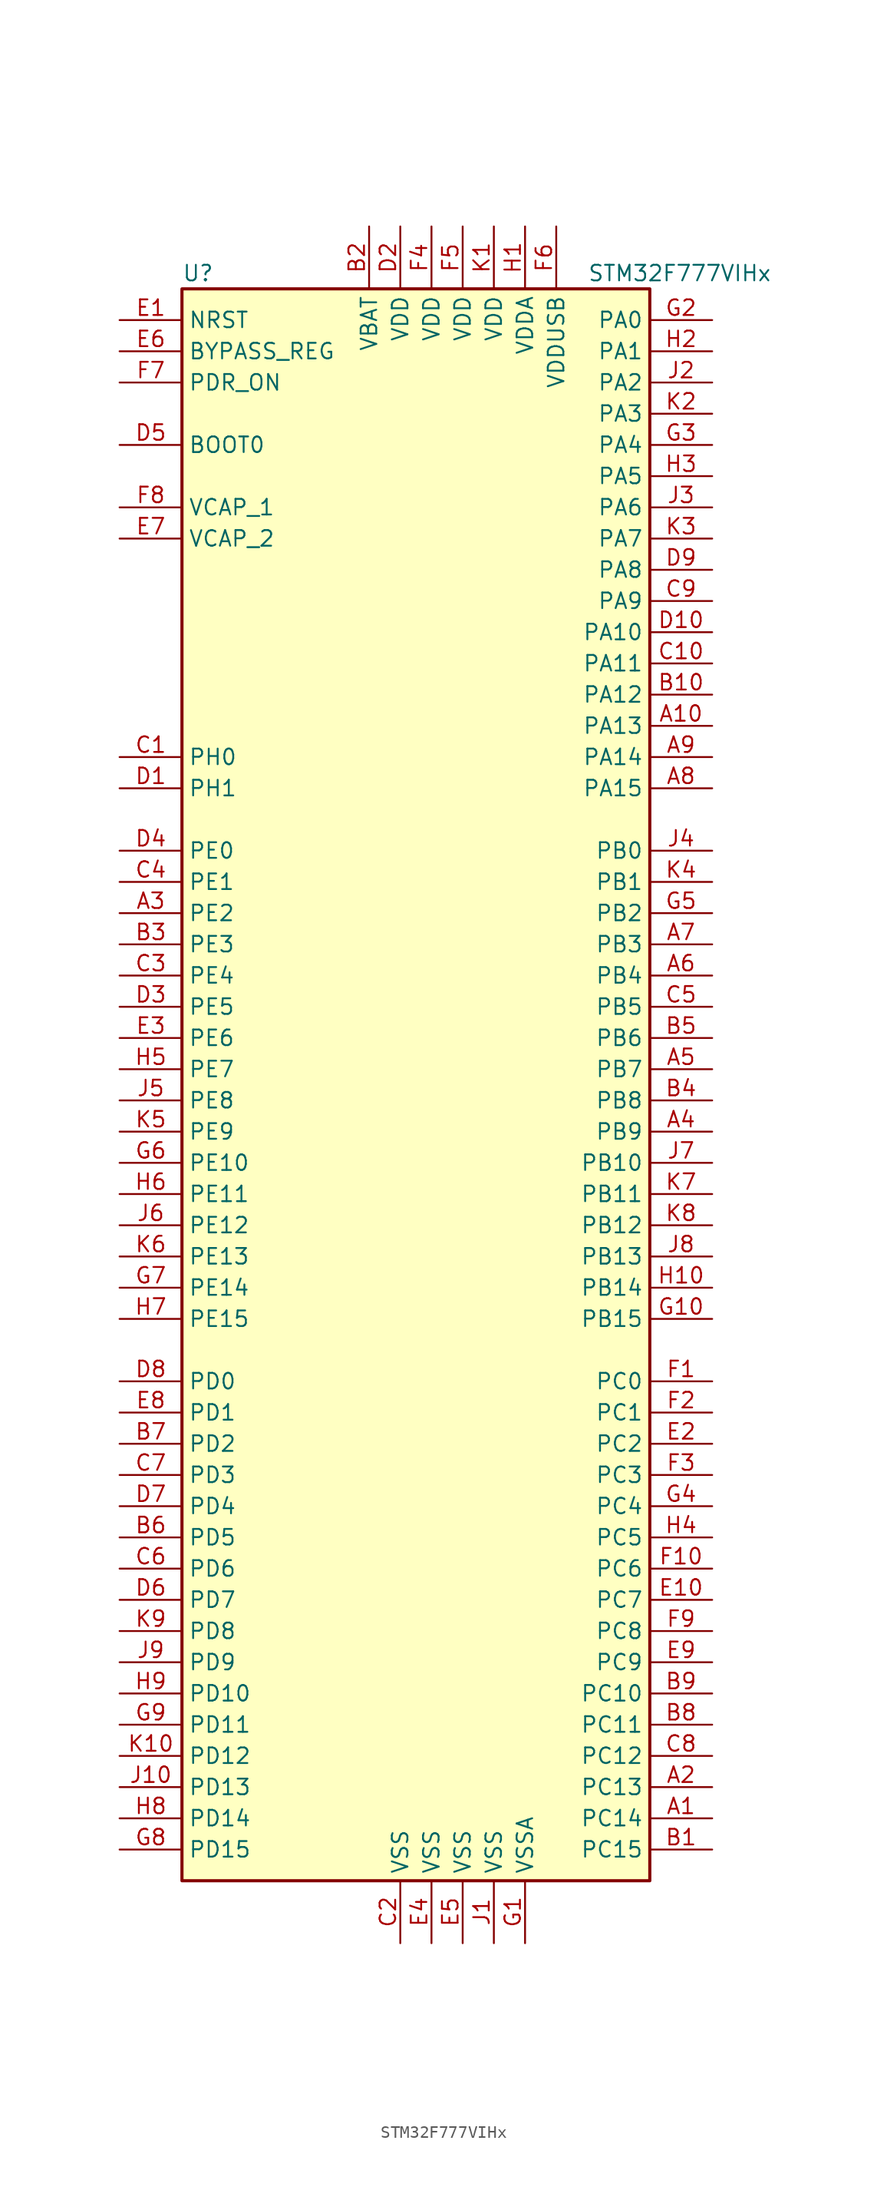
<source format=kicad_sym>
(kicad_symbol_lib
  (version 20201005)
  (generator kicad_symbol_editor)
  (symbol "STM32F777VIHx"
    (property "Reference" "U"
      (at -20.32 64.77 0)
      (effects (font (size 1.27 1.27)) (justify left)))
    (property "Value" "STM32F777VIHx"
      (at 12.7 64.77 0)
      (effects (font (size 1.27 1.27)) (justify left)))
    (symbol "STM32F777VIHx_0_1"
      (rectangle (start -20.32 -66.04) (end 17.78 63.5) (stroke (width 0.254)) (fill (type background))))
    (symbol "STM32F777VIHx_1_1"
      (pin bidirectional line (at 22.86 -60.96 180) (length 5.08) (name "PC14" (effects (font (size 1.27 1.27)))) (number "A1" (effects (font (size 1.27 1.27)))))
      (pin bidirectional line (at 22.86 27.94 180) (length 5.08) (name "PA13" (effects (font (size 1.27 1.27)))) (number "A10" (effects (font (size 1.27 1.27)))))
      (pin bidirectional line (at 22.86 -58.42 180) (length 5.08) (name "PC13" (effects (font (size 1.27 1.27)))) (number "A2" (effects (font (size 1.27 1.27)))))
      (pin bidirectional line (at -25.4 12.7 0) (length 5.08) (name "PE2" (effects (font (size 1.27 1.27)))) (number "A3" (effects (font (size 1.27 1.27)))))
      (pin bidirectional line (at 22.86 -5.08 180) (length 5.08) (name "PB9" (effects (font (size 1.27 1.27)))) (number "A4" (effects (font (size 1.27 1.27)))))
      (pin bidirectional line (at 22.86 0 180) (length 5.08) (name "PB7" (effects (font (size 1.27 1.27)))) (number "A5" (effects (font (size 1.27 1.27)))))
      (pin bidirectional line (at 22.86 7.62 180) (length 5.08) (name "PB4" (effects (font (size 1.27 1.27)))) (number "A6" (effects (font (size 1.27 1.27)))))
      (pin bidirectional line (at 22.86 10.16 180) (length 5.08) (name "PB3" (effects (font (size 1.27 1.27)))) (number "A7" (effects (font (size 1.27 1.27)))))
      (pin bidirectional line (at 22.86 22.86 180) (length 5.08) (name "PA15" (effects (font (size 1.27 1.27)))) (number "A8" (effects (font (size 1.27 1.27)))))
      (pin bidirectional line (at 22.86 25.4 180) (length 5.08) (name "PA14" (effects (font (size 1.27 1.27)))) (number "A9" (effects (font (size 1.27 1.27)))))
      (pin bidirectional line (at 22.86 -63.5 180) (length 5.08) (name "PC15" (effects (font (size 1.27 1.27)))) (number "B1" (effects (font (size 1.27 1.27)))))
      (pin bidirectional line (at 22.86 30.48 180) (length 5.08) (name "PA12" (effects (font (size 1.27 1.27)))) (number "B10" (effects (font (size 1.27 1.27)))))
      (pin power_in line (at -5.08 68.58 270) (length 5.08) (name "VBAT" (effects (font (size 1.27 1.27)))) (number "B2" (effects (font (size 1.27 1.27)))))
      (pin bidirectional line (at -25.4 10.16 0) (length 5.08) (name "PE3" (effects (font (size 1.27 1.27)))) (number "B3" (effects (font (size 1.27 1.27)))))
      (pin bidirectional line (at 22.86 -2.54 180) (length 5.08) (name "PB8" (effects (font (size 1.27 1.27)))) (number "B4" (effects (font (size 1.27 1.27)))))
      (pin bidirectional line (at 22.86 2.54 180) (length 5.08) (name "PB6" (effects (font (size 1.27 1.27)))) (number "B5" (effects (font (size 1.27 1.27)))))
      (pin bidirectional line (at -25.4 -38.1 0) (length 5.08) (name "PD5" (effects (font (size 1.27 1.27)))) (number "B6" (effects (font (size 1.27 1.27)))))
      (pin bidirectional line (at -25.4 -30.48 0) (length 5.08) (name "PD2" (effects (font (size 1.27 1.27)))) (number "B7" (effects (font (size 1.27 1.27)))))
      (pin bidirectional line (at 22.86 -53.34 180) (length 5.08) (name "PC11" (effects (font (size 1.27 1.27)))) (number "B8" (effects (font (size 1.27 1.27)))))
      (pin bidirectional line (at 22.86 -50.8 180) (length 5.08) (name "PC10" (effects (font (size 1.27 1.27)))) (number "B9" (effects (font (size 1.27 1.27)))))
      (pin input line (at -25.4 25.4 0) (length 5.08) (name "PH0" (effects (font (size 1.27 1.27)))) (number "C1" (effects (font (size 1.27 1.27)))))
      (pin bidirectional line (at 22.86 33.02 180) (length 5.08) (name "PA11" (effects (font (size 1.27 1.27)))) (number "C10" (effects (font (size 1.27 1.27)))))
      (pin power_in line (at -2.54 -71.12 90) (length 5.08) (name "VSS" (effects (font (size 1.27 1.27)))) (number "C2" (effects (font (size 1.27 1.27)))))
      (pin bidirectional line (at -25.4 7.62 0) (length 5.08) (name "PE4" (effects (font (size 1.27 1.27)))) (number "C3" (effects (font (size 1.27 1.27)))))
      (pin bidirectional line (at -25.4 15.24 0) (length 5.08) (name "PE1" (effects (font (size 1.27 1.27)))) (number "C4" (effects (font (size 1.27 1.27)))))
      (pin bidirectional line (at 22.86 5.08 180) (length 5.08) (name "PB5" (effects (font (size 1.27 1.27)))) (number "C5" (effects (font (size 1.27 1.27)))))
      (pin bidirectional line (at -25.4 -40.64 0) (length 5.08) (name "PD6" (effects (font (size 1.27 1.27)))) (number "C6" (effects (font (size 1.27 1.27)))))
      (pin bidirectional line (at -25.4 -33.02 0) (length 5.08) (name "PD3" (effects (font (size 1.27 1.27)))) (number "C7" (effects (font (size 1.27 1.27)))))
      (pin bidirectional line (at 22.86 -55.88 180) (length 5.08) (name "PC12" (effects (font (size 1.27 1.27)))) (number "C8" (effects (font (size 1.27 1.27)))))
      (pin bidirectional line (at 22.86 38.1 180) (length 5.08) (name "PA9" (effects (font (size 1.27 1.27)))) (number "C9" (effects (font (size 1.27 1.27)))))
      (pin input line (at -25.4 22.86 0) (length 5.08) (name "PH1" (effects (font (size 1.27 1.27)))) (number "D1" (effects (font (size 1.27 1.27)))))
      (pin bidirectional line (at 22.86 35.56 180) (length 5.08) (name "PA10" (effects (font (size 1.27 1.27)))) (number "D10" (effects (font (size 1.27 1.27)))))
      (pin power_in line (at -2.54 68.58 270) (length 5.08) (name "VDD" (effects (font (size 1.27 1.27)))) (number "D2" (effects (font (size 1.27 1.27)))))
      (pin bidirectional line (at -25.4 5.08 0) (length 5.08) (name "PE5" (effects (font (size 1.27 1.27)))) (number "D3" (effects (font (size 1.27 1.27)))))
      (pin bidirectional line (at -25.4 17.78 0) (length 5.08) (name "PE0" (effects (font (size 1.27 1.27)))) (number "D4" (effects (font (size 1.27 1.27)))))
      (pin input line (at -25.4 50.8 0) (length 5.08) (name "BOOT0" (effects (font (size 1.27 1.27)))) (number "D5" (effects (font (size 1.27 1.27)))))
      (pin bidirectional line (at -25.4 -43.18 0) (length 5.08) (name "PD7" (effects (font (size 1.27 1.27)))) (number "D6" (effects (font (size 1.27 1.27)))))
      (pin bidirectional line (at -25.4 -35.56 0) (length 5.08) (name "PD4" (effects (font (size 1.27 1.27)))) (number "D7" (effects (font (size 1.27 1.27)))))
      (pin bidirectional line (at -25.4 -25.4 0) (length 5.08) (name "PD0" (effects (font (size 1.27 1.27)))) (number "D8" (effects (font (size 1.27 1.27)))))
      (pin bidirectional line (at 22.86 40.64 180) (length 5.08) (name "PA8" (effects (font (size 1.27 1.27)))) (number "D9" (effects (font (size 1.27 1.27)))))
      (pin input line (at -25.4 60.96 0) (length 5.08) (name "NRST" (effects (font (size 1.27 1.27)))) (number "E1" (effects (font (size 1.27 1.27)))))
      (pin bidirectional line (at 22.86 -43.18 180) (length 5.08) (name "PC7" (effects (font (size 1.27 1.27)))) (number "E10" (effects (font (size 1.27 1.27)))))
      (pin bidirectional line (at 22.86 -30.48 180) (length 5.08) (name "PC2" (effects (font (size 1.27 1.27)))) (number "E2" (effects (font (size 1.27 1.27)))))
      (pin bidirectional line (at -25.4 2.54 0) (length 5.08) (name "PE6" (effects (font (size 1.27 1.27)))) (number "E3" (effects (font (size 1.27 1.27)))))
      (pin power_in line (at 0 -71.12 90) (length 5.08) (name "VSS" (effects (font (size 1.27 1.27)))) (number "E4" (effects (font (size 1.27 1.27)))))
      (pin power_in line (at 2.54 -71.12 90) (length 5.08) (name "VSS" (effects (font (size 1.27 1.27)))) (number "E5" (effects (font (size 1.27 1.27)))))
      (pin input line (at -25.4 58.42 0) (length 5.08) (name "BYPASS_REG" (effects (font (size 1.27 1.27)))) (number "E6" (effects (font (size 1.27 1.27)))))
      (pin power_in line (at -25.4 43.18 0) (length 5.08) (name "VCAP_2" (effects (font (size 1.27 1.27)))) (number "E7" (effects (font (size 1.27 1.27)))))
      (pin bidirectional line (at -25.4 -27.94 0) (length 5.08) (name "PD1" (effects (font (size 1.27 1.27)))) (number "E8" (effects (font (size 1.27 1.27)))))
      (pin bidirectional line (at 22.86 -48.26 180) (length 5.08) (name "PC9" (effects (font (size 1.27 1.27)))) (number "E9" (effects (font (size 1.27 1.27)))))
      (pin bidirectional line (at 22.86 -25.4 180) (length 5.08) (name "PC0" (effects (font (size 1.27 1.27)))) (number "F1" (effects (font (size 1.27 1.27)))))
      (pin bidirectional line (at 22.86 -40.64 180) (length 5.08) (name "PC6" (effects (font (size 1.27 1.27)))) (number "F10" (effects (font (size 1.27 1.27)))))
      (pin bidirectional line (at 22.86 -27.94 180) (length 5.08) (name "PC1" (effects (font (size 1.27 1.27)))) (number "F2" (effects (font (size 1.27 1.27)))))
      (pin bidirectional line (at 22.86 -33.02 180) (length 5.08) (name "PC3" (effects (font (size 1.27 1.27)))) (number "F3" (effects (font (size 1.27 1.27)))))
      (pin power_in line (at 0 68.58 270) (length 5.08) (name "VDD" (effects (font (size 1.27 1.27)))) (number "F4" (effects (font (size 1.27 1.27)))))
      (pin power_in line (at 2.54 68.58 270) (length 5.08) (name "VDD" (effects (font (size 1.27 1.27)))) (number "F5" (effects (font (size 1.27 1.27)))))
      (pin power_in line (at 10.16 68.58 270) (length 5.08) (name "VDDUSB" (effects (font (size 1.27 1.27)))) (number "F6" (effects (font (size 1.27 1.27)))))
      (pin input line (at -25.4 55.88 0) (length 5.08) (name "PDR_ON" (effects (font (size 1.27 1.27)))) (number "F7" (effects (font (size 1.27 1.27)))))
      (pin power_in line (at -25.4 45.72 0) (length 5.08) (name "VCAP_1" (effects (font (size 1.27 1.27)))) (number "F8" (effects (font (size 1.27 1.27)))))
      (pin bidirectional line (at 22.86 -45.72 180) (length 5.08) (name "PC8" (effects (font (size 1.27 1.27)))) (number "F9" (effects (font (size 1.27 1.27)))))
      (pin power_in line (at 7.62 -71.12 90) (length 5.08) (name "VSSA" (effects (font (size 1.27 1.27)))) (number "G1" (effects (font (size 1.27 1.27)))))
      (pin bidirectional line (at 22.86 -20.32 180) (length 5.08) (name "PB15" (effects (font (size 1.27 1.27)))) (number "G10" (effects (font (size 1.27 1.27)))))
      (pin bidirectional line (at 22.86 60.96 180) (length 5.08) (name "PA0" (effects (font (size 1.27 1.27)))) (number "G2" (effects (font (size 1.27 1.27)))))
      (pin bidirectional line (at 22.86 50.8 180) (length 5.08) (name "PA4" (effects (font (size 1.27 1.27)))) (number "G3" (effects (font (size 1.27 1.27)))))
      (pin bidirectional line (at 22.86 -35.56 180) (length 5.08) (name "PC4" (effects (font (size 1.27 1.27)))) (number "G4" (effects (font (size 1.27 1.27)))))
      (pin bidirectional line (at 22.86 12.7 180) (length 5.08) (name "PB2" (effects (font (size 1.27 1.27)))) (number "G5" (effects (font (size 1.27 1.27)))))
      (pin bidirectional line (at -25.4 -7.62 0) (length 5.08) (name "PE10" (effects (font (size 1.27 1.27)))) (number "G6" (effects (font (size 1.27 1.27)))))
      (pin bidirectional line (at -25.4 -17.78 0) (length 5.08) (name "PE14" (effects (font (size 1.27 1.27)))) (number "G7" (effects (font (size 1.27 1.27)))))
      (pin bidirectional line (at -25.4 -63.5 0) (length 5.08) (name "PD15" (effects (font (size 1.27 1.27)))) (number "G8" (effects (font (size 1.27 1.27)))))
      (pin bidirectional line (at -25.4 -53.34 0) (length 5.08) (name "PD11" (effects (font (size 1.27 1.27)))) (number "G9" (effects (font (size 1.27 1.27)))))
      (pin power_in line (at 7.62 68.58 270) (length 5.08) (name "VDDA" (effects (font (size 1.27 1.27)))) (number "H1" (effects (font (size 1.27 1.27)))))
      (pin bidirectional line (at 22.86 -17.78 180) (length 5.08) (name "PB14" (effects (font (size 1.27 1.27)))) (number "H10" (effects (font (size 1.27 1.27)))))
      (pin bidirectional line (at 22.86 58.42 180) (length 5.08) (name "PA1" (effects (font (size 1.27 1.27)))) (number "H2" (effects (font (size 1.27 1.27)))))
      (pin bidirectional line (at 22.86 48.26 180) (length 5.08) (name "PA5" (effects (font (size 1.27 1.27)))) (number "H3" (effects (font (size 1.27 1.27)))))
      (pin bidirectional line (at 22.86 -38.1 180) (length 5.08) (name "PC5" (effects (font (size 1.27 1.27)))) (number "H4" (effects (font (size 1.27 1.27)))))
      (pin bidirectional line (at -25.4 0 0) (length 5.08) (name "PE7" (effects (font (size 1.27 1.27)))) (number "H5" (effects (font (size 1.27 1.27)))))
      (pin bidirectional line (at -25.4 -10.16 0) (length 5.08) (name "PE11" (effects (font (size 1.27 1.27)))) (number "H6" (effects (font (size 1.27 1.27)))))
      (pin bidirectional line (at -25.4 -20.32 0) (length 5.08) (name "PE15" (effects (font (size 1.27 1.27)))) (number "H7" (effects (font (size 1.27 1.27)))))
      (pin bidirectional line (at -25.4 -60.96 0) (length 5.08) (name "PD14" (effects (font (size 1.27 1.27)))) (number "H8" (effects (font (size 1.27 1.27)))))
      (pin bidirectional line (at -25.4 -50.8 0) (length 5.08) (name "PD10" (effects (font (size 1.27 1.27)))) (number "H9" (effects (font (size 1.27 1.27)))))
      (pin power_in line (at 5.08 -71.12 90) (length 5.08) (name "VSS" (effects (font (size 1.27 1.27)))) (number "J1" (effects (font (size 1.27 1.27)))))
      (pin bidirectional line (at -25.4 -58.42 0) (length 5.08) (name "PD13" (effects (font (size 1.27 1.27)))) (number "J10" (effects (font (size 1.27 1.27)))))
      (pin bidirectional line (at 22.86 55.88 180) (length 5.08) (name "PA2" (effects (font (size 1.27 1.27)))) (number "J2" (effects (font (size 1.27 1.27)))))
      (pin bidirectional line (at 22.86 45.72 180) (length 5.08) (name "PA6" (effects (font (size 1.27 1.27)))) (number "J3" (effects (font (size 1.27 1.27)))))
      (pin bidirectional line (at 22.86 17.78 180) (length 5.08) (name "PB0" (effects (font (size 1.27 1.27)))) (number "J4" (effects (font (size 1.27 1.27)))))
      (pin bidirectional line (at -25.4 -2.54 0) (length 5.08) (name "PE8" (effects (font (size 1.27 1.27)))) (number "J5" (effects (font (size 1.27 1.27)))))
      (pin bidirectional line (at -25.4 -12.7 0) (length 5.08) (name "PE12" (effects (font (size 1.27 1.27)))) (number "J6" (effects (font (size 1.27 1.27)))))
      (pin bidirectional line (at 22.86 -7.62 180) (length 5.08) (name "PB10" (effects (font (size 1.27 1.27)))) (number "J7" (effects (font (size 1.27 1.27)))))
      (pin bidirectional line (at 22.86 -15.24 180) (length 5.08) (name "PB13" (effects (font (size 1.27 1.27)))) (number "J8" (effects (font (size 1.27 1.27)))))
      (pin bidirectional line (at -25.4 -48.26 0) (length 5.08) (name "PD9" (effects (font (size 1.27 1.27)))) (number "J9" (effects (font (size 1.27 1.27)))))
      (pin power_in line (at 5.08 68.58 270) (length 5.08) (name "VDD" (effects (font (size 1.27 1.27)))) (number "K1" (effects (font (size 1.27 1.27)))))
      (pin bidirectional line (at -25.4 -55.88 0) (length 5.08) (name "PD12" (effects (font (size 1.27 1.27)))) (number "K10" (effects (font (size 1.27 1.27)))))
      (pin bidirectional line (at 22.86 53.34 180) (length 5.08) (name "PA3" (effects (font (size 1.27 1.27)))) (number "K2" (effects (font (size 1.27 1.27)))))
      (pin bidirectional line (at 22.86 43.18 180) (length 5.08) (name "PA7" (effects (font (size 1.27 1.27)))) (number "K3" (effects (font (size 1.27 1.27)))))
      (pin bidirectional line (at 22.86 15.24 180) (length 5.08) (name "PB1" (effects (font (size 1.27 1.27)))) (number "K4" (effects (font (size 1.27 1.27)))))
      (pin bidirectional line (at -25.4 -5.08 0) (length 5.08) (name "PE9" (effects (font (size 1.27 1.27)))) (number "K5" (effects (font (size 1.27 1.27)))))
      (pin bidirectional line (at -25.4 -15.24 0) (length 5.08) (name "PE13" (effects (font (size 1.27 1.27)))) (number "K6" (effects (font (size 1.27 1.27)))))
      (pin bidirectional line (at 22.86 -10.16 180) (length 5.08) (name "PB11" (effects (font (size 1.27 1.27)))) (number "K7" (effects (font (size 1.27 1.27)))))
      (pin bidirectional line (at 22.86 -12.7 180) (length 5.08) (name "PB12" (effects (font (size 1.27 1.27)))) (number "K8" (effects (font (size 1.27 1.27)))))
      (pin bidirectional line (at -25.4 -45.72 0) (length 5.08) (name "PD8" (effects (font (size 1.27 1.27)))) (number "K9" (effects (font (size 1.27 1.27))))))))
</source>
